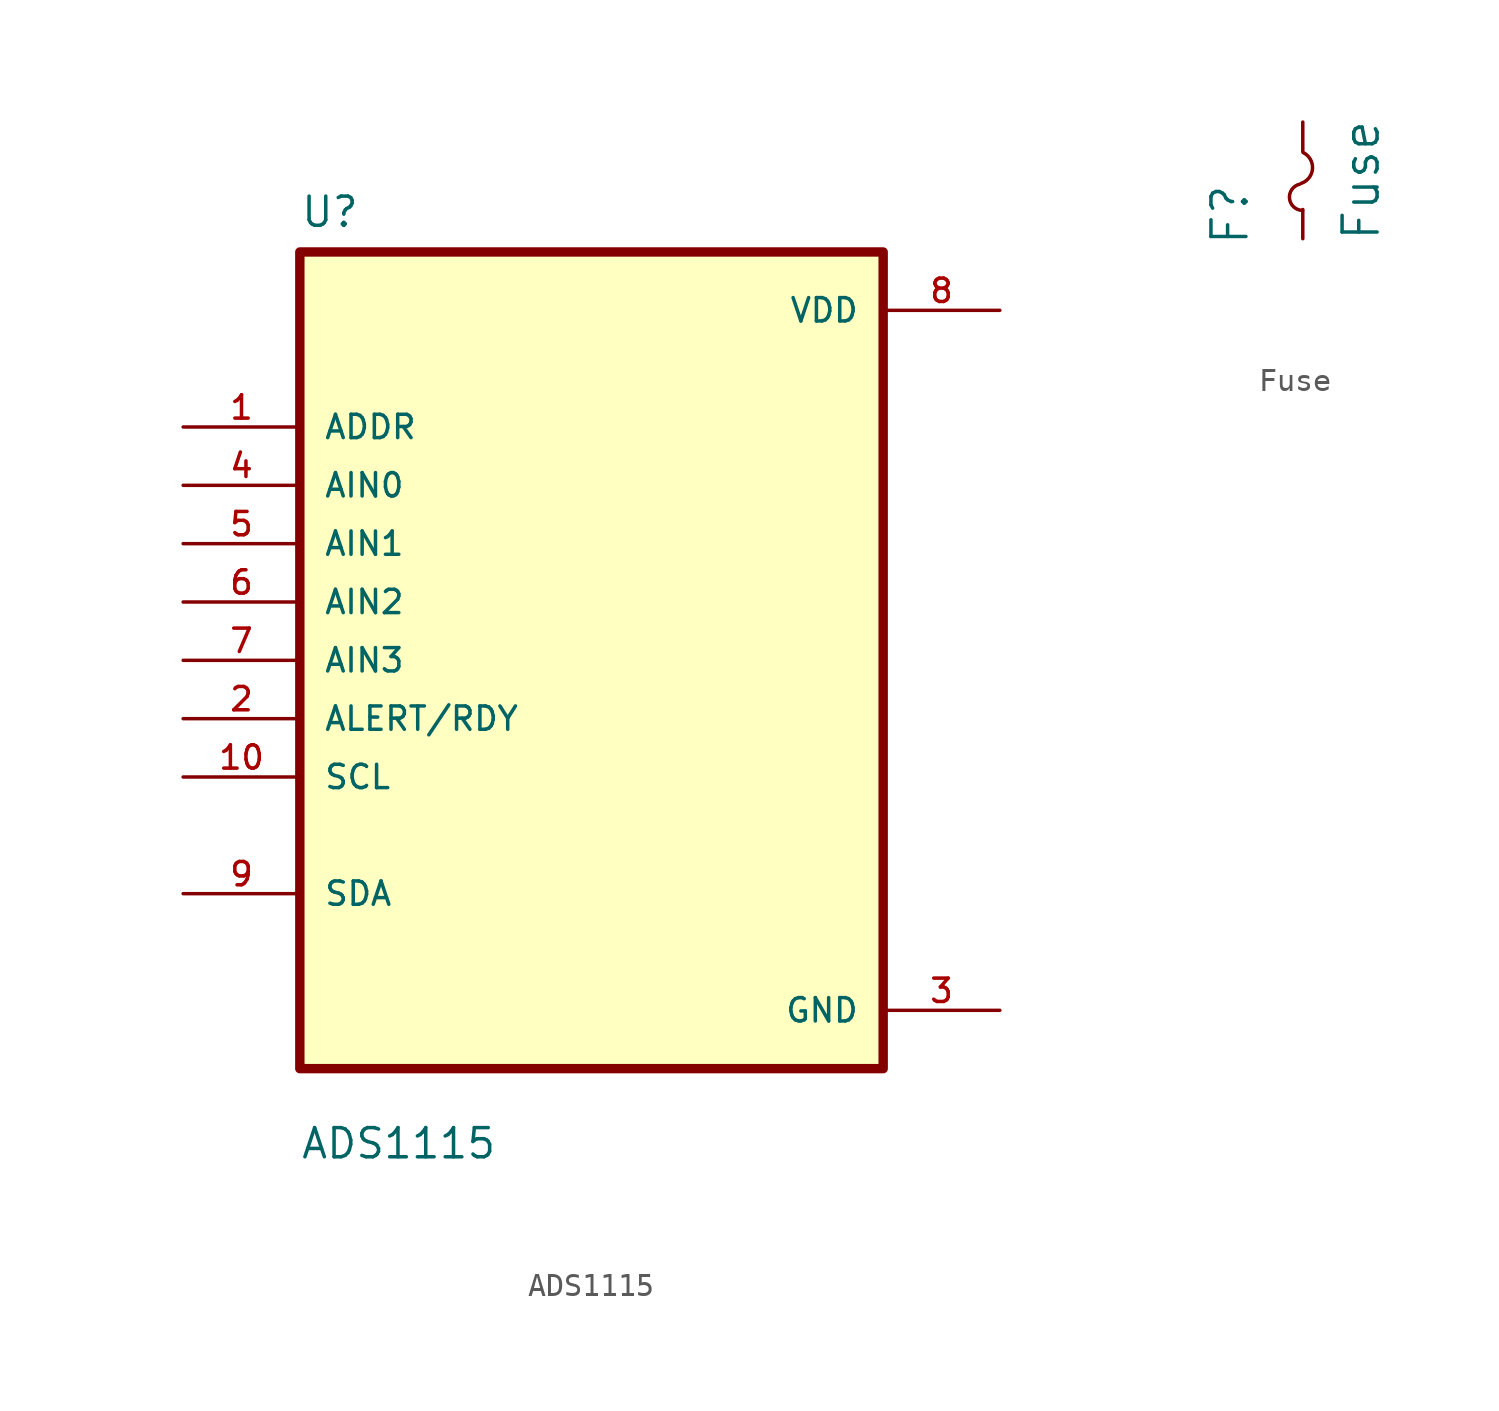
<source format=kicad_sym>
(kicad_symbol_lib
  (version 20231120)
  (generator "kicad_symbol_editor")
  (generator_version "8.0")
  (symbol "ADS1115"
    (pin_names
      (offset 1.016))
    (property "Reference" "U"
      (at -12.7 18.78 0)
      (effects (font (size 1.27 1.27)) (justify left bottom)))
    (property "Value" "ADS1115"
      (at -12.7 -21.78 0)
      (effects (font (size 1.27 1.27)) (justify left bottom)))
    (symbol "ADS1115_0_0"
      (rectangle (start -12.7 -17.78) (end 12.7 17.78) (stroke (width 0.41) (type default)) (fill (type background)))
      (pin input line (at -17.78 10.16 0) (length 5.08) (name "ADDR" (effects (font (size 1.016 1.016)))) (number "1" (effects (font (size 1.016 1.016)))))
      (pin input line (at -17.78 -5.08 0) (length 5.08) (name "SCL" (effects (font (size 1.016 1.016)))) (number "10" (effects (font (size 1.016 1.016)))))
      (pin input line (at -17.78 -2.54 0) (length 5.08) (name "ALERT/RDY" (effects (font (size 1.016 1.016)))) (number "2" (effects (font (size 1.016 1.016)))))
      (pin power_in line (at 17.78 -15.24 180) (length 5.08) (name "GND" (effects (font (size 1.016 1.016)))) (number "3" (effects (font (size 1.016 1.016)))))
      (pin input line (at -17.78 7.62 0) (length 5.08) (name "AIN0" (effects (font (size 1.016 1.016)))) (number "4" (effects (font (size 1.016 1.016)))))
      (pin input line (at -17.78 5.08 0) (length 5.08) (name "AIN1" (effects (font (size 1.016 1.016)))) (number "5" (effects (font (size 1.016 1.016)))))
      (pin input line (at -17.78 2.54 0) (length 5.08) (name "AIN2" (effects (font (size 1.016 1.016)))) (number "6" (effects (font (size 1.016 1.016)))))
      (pin input line (at -17.78 0 0) (length 5.08) (name "AIN3" (effects (font (size 1.016 1.016)))) (number "7" (effects (font (size 1.016 1.016)))))
      (pin power_in line (at 17.78 15.24 180) (length 5.08) (name "VDD" (effects (font (size 1.016 1.016)))) (number "8" (effects (font (size 1.016 1.016)))))
      (pin bidirectional line (at -17.78 -10.16 0) (length 5.08) (name "SDA" (effects (font (size 1.016 1.016)))) (number "9" (effects (font (size 1.016 1.016)))))))
  (symbol "Fuse"
    (pin_numbers hide)
    (pin_names hide)
    (property "Reference" "F"
      (at 0.635 -4.04 90)
      (effects (font (size 1.524 1.524))))
    (property "Value" "Fuse"
      (at 6.35 -2.54 90)
      (effects (font (size 1.524 1.524))))
    (property "Datasheet" ""
      (at 3.81 -9.12 90)
      (effects (font (size 1.524 1.524))))
    (symbol "Fuse_0_1"
      (arc (start 3.6756 -2.7058) (mid 3.2318 -3.3337) (end 3.8026 -3.8488) (stroke (width 0) (type solid)) (fill (type none)))
      (arc (start 3.7454 -2.6672) (mid 4.2346 -2.0223) (end 3.8226 -1.3255) (stroke (width 0) (type solid)) (fill (type none))))
    (symbol "Fuse_1_1"
      (pin unspecified line (at 3.81 -5.08 90) (length 1.27) (name "1" (effects (font (size 1.499 1.499)))) (number "1" (effects (font (size 1.499 1.499)))))
      (pin unspecified line (at 3.81 0 270) (length 1.27) (name "2" (effects (font (size 1.499 1.499)))) (number "2" (effects (font (size 1.499 1.499))))))))
</source>
